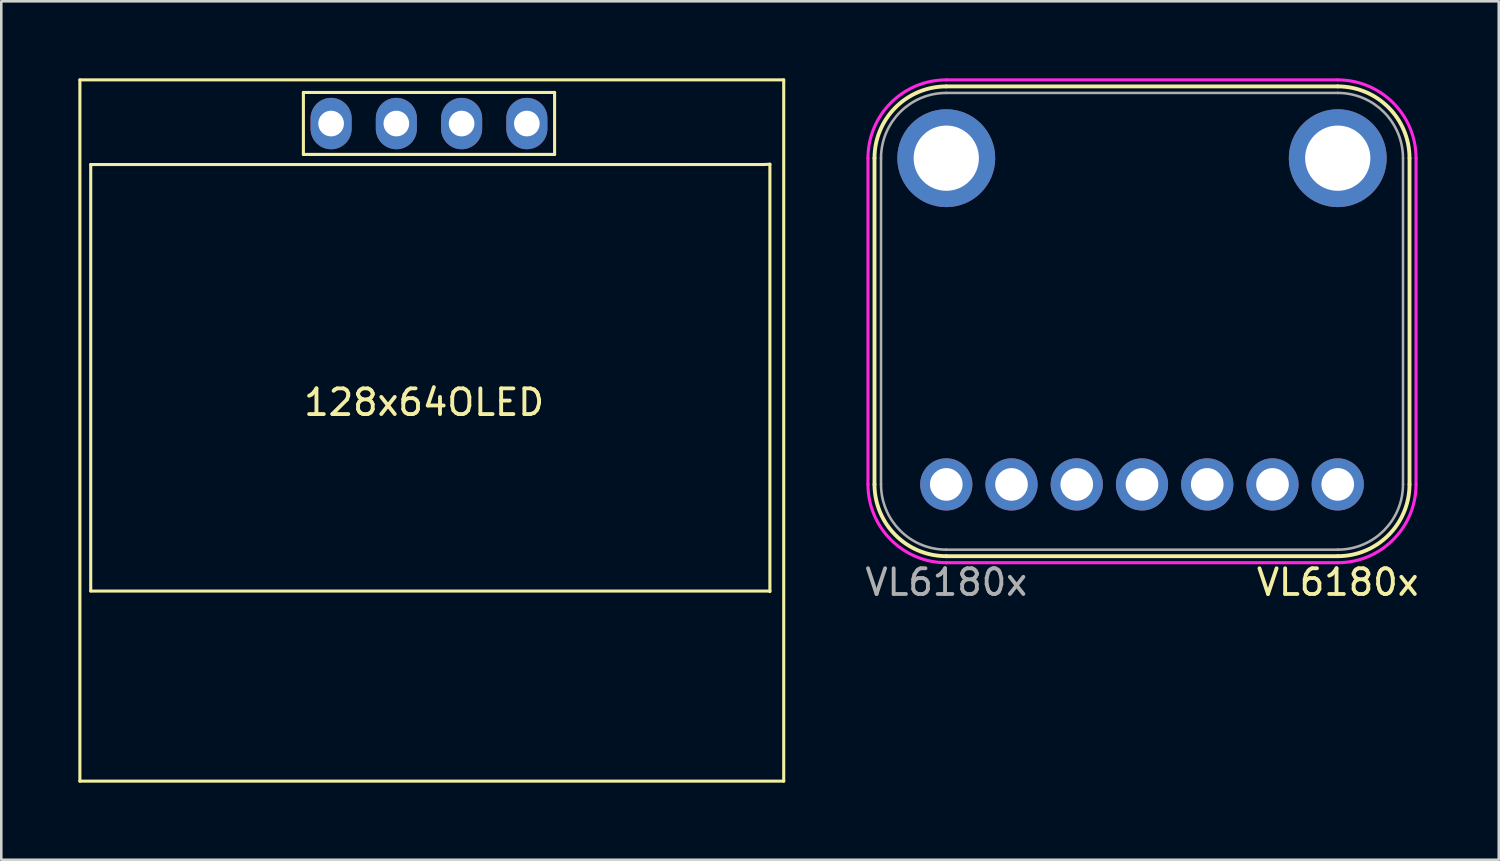
<source format=kicad_pcb>
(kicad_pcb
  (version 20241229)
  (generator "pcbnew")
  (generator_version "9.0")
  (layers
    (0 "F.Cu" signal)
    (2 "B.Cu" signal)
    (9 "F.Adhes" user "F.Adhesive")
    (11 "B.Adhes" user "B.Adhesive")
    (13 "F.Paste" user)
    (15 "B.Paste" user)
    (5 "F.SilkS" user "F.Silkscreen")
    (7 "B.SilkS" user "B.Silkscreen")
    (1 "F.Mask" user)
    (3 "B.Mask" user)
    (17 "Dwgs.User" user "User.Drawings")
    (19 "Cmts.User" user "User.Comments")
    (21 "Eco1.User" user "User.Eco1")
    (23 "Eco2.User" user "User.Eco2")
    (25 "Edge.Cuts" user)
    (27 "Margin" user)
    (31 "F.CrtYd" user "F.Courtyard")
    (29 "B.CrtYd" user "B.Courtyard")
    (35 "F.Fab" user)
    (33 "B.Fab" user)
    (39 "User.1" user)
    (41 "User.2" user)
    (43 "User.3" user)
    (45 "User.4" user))
  (footprint "128x64OLED"
    (layer "F.Cu")
    (at 13.66 12.414)
    (property "Reference" "128x64OLED" (at -0.2 0.2 0) (layer "F.SilkS") (effects (font (size 1 1) (thickness 0.15))))
    (fp_line (start -13.6 -12.354) (end 13.8 -12.354) (stroke (width 0.12) (type solid)) (layer "F.SilkS"))
    (fp_line (start -13.6 14.946) (end -13.6 -12.354) (stroke (width 0.12) (type solid)) (layer "F.SilkS"))
    (fp_line (start -13.178 -9.059) (end 9.922 -9.059) (stroke (width 0.12) (type solid)) (layer "F.SilkS"))
    (fp_line (start -13.178 7.541) (end -13.178 -9.059) (stroke (width 0.12) (type solid)) (layer "F.SilkS"))
    (fp_line (start -4.899 -11.865) (end -4.899 -9.452) (stroke (width 0.12) (type solid)) (layer "F.SilkS"))
    (fp_line (start -4.899 -11.865) (end 4.88 -11.865) (stroke (width 0.12) (type solid)) (layer "F.SilkS"))
    (fp_line (start 4.88 -11.865) (end 4.88 -9.452) (stroke (width 0.12) (type solid)) (layer "F.SilkS"))
    (fp_line (start 4.88 -9.452) (end -4.899 -9.452) (stroke (width 0.12) (type solid)) (layer "F.SilkS"))
    (fp_line (start 9.922 -9.059) (end 13.008 -9.059) (stroke (width 0.12) (type solid)) (layer "F.SilkS"))
    (fp_line (start 13.262 -9.071) (end 13.008 -9.059) (stroke (width 0.12) (type solid)) (layer "F.SilkS"))
    (fp_line (start 13.262 7.546) (end -13.178 7.546) (stroke (width 0.12) (type solid)) (layer "F.SilkS"))
    (fp_line (start 13.262 7.566) (end 13.262 -9.071) (stroke (width 0.12) (type solid)) (layer "F.SilkS"))
    (fp_line (start 13.8 -12.354) (end 13.8 14.946) (stroke (width 0.12) (type solid)) (layer "F.SilkS"))
    (fp_line (start 13.8 14.946) (end -13.6 14.946) (stroke (width 0.12) (type solid)) (layer "F.SilkS"))
    (pad "1" thru_hole oval (at -3.82 -10.654 90) (size 2 1.6) (drill 1) (layers "*.Cu" "*.Mask"))
    (pad "2" thru_hole oval (at -1.28 -10.654 90) (size 2 1.6) (drill 1) (layers "*.Cu" "*.Mask"))
    (pad "3" thru_hole oval (at 1.26 -10.654 90) (size 2 1.6) (drill 1) (layers "*.Cu" "*.Mask"))
    (pad "4" thru_hole oval (at 3.8 -10.654 90) (size 2 1.6) (drill 1) (layers "*.Cu" "*.Mask")))
  (footprint "VL6180x"
    (layer "F.Cu")
    (at 31.248 0.568)
    (property "Reference" "VL6180x" (at 17.78 19.05 0) (unlocked yes) (layer "F.SilkS") (effects (font (size 1 1) (thickness 0.15))))
    (fp_line (start -0.254 2.54) (end -0.254 15.24) (stroke (width 0.15) (type solid)) (layer "F.SilkS"))
    (fp_line (start 2.54 18.034) (end 17.78 18.034) (stroke (width 0.15) (type solid)) (layer "F.SilkS"))
    (fp_line (start 17.78 -0.254) (end 2.54 -0.254) (stroke (width 0.15) (type solid)) (layer "F.SilkS"))
    (fp_line (start 20.574 15.24) (end 20.574 2.54) (stroke (width 0.15) (type solid)) (layer "F.SilkS"))
    (fp_arc (start -0.254 2.54) (mid 0.564344 0.564344) (end 2.54 -0.254) (stroke (width 0.15) (type solid)) (layer "F.SilkS"))
    (fp_arc (start 2.54 18.034) (mid 0.564344 17.215656) (end -0.254 15.24) (stroke (width 0.15) (type solid)) (layer "F.SilkS"))
    (fp_arc (start 17.78 -0.254) (mid 19.755656 0.564344) (end 20.574 2.54) (stroke (width 0.15) (type solid)) (layer "F.SilkS"))
    (fp_arc (start 20.574 15.24) (mid 19.755656 17.215656) (end 17.78 18.034) (stroke (width 0.15) (type solid)) (layer "F.SilkS"))
    (fp_line (start -0.508 15.24) (end -0.508 2.54) (stroke (width 0.12) (type solid)) (layer "F.CrtYd"))
    (fp_line (start 2.54 -0.508) (end 17.78 -0.508) (stroke (width 0.12) (type solid)) (layer "F.CrtYd"))
    (fp_line (start 17.78 18.288) (end 2.54 18.288) (stroke (width 0.12) (type solid)) (layer "F.CrtYd"))
    (fp_line (start 20.828 2.54) (end 20.828 15.24) (stroke (width 0.12) (type solid)) (layer "F.CrtYd"))
    (fp_arc (start -0.508 2.54) (mid 0.384739 0.384739) (end 2.54 -0.508) (stroke (width 0.12) (type solid)) (layer "F.CrtYd"))
    (fp_arc (start 2.54 18.288) (mid 0.384739 17.395261) (end -0.508 15.24) (stroke (width 0.12) (type solid)) (layer "F.CrtYd"))
    (fp_arc (start 17.78 -0.508) (mid 19.935261 0.384739) (end 20.828 2.54) (stroke (width 0.12) (type solid)) (layer "F.CrtYd"))
    (fp_arc (start 20.828 15.24) (mid 19.935261 17.395261) (end 17.78 18.288) (stroke (width 0.12) (type solid)) (layer "F.CrtYd"))
    (fp_line (start 0 15.24) (end 0 2.54) (stroke (width 0.1) (type solid)) (layer "F.Fab"))
    (fp_line (start 2.54 0) (end 17.78 0) (stroke (width 0.1) (type solid)) (layer "F.Fab"))
    (fp_line (start 17.78 17.78) (end 2.54 17.78) (stroke (width 0.1) (type solid)) (layer "F.Fab"))
    (fp_line (start 20.32 2.54) (end 20.32 15.24) (stroke (width 0.1) (type solid)) (layer "F.Fab"))
    (fp_arc (start 0 2.54) (mid 0.743949 0.743949) (end 2.54 0) (stroke (width 0.1) (type solid)) (layer "F.Fab"))
    (fp_arc (start 2.54 17.78) (mid 0.743949 17.036051) (end 0 15.24) (stroke (width 0.1) (type solid)) (layer "F.Fab"))
    (fp_arc (start 17.78 0) (mid 19.576051 0.743949) (end 20.32 2.54) (stroke (width 0.1) (type solid)) (layer "F.Fab"))
    (fp_arc (start 20.32 15.24) (mid 19.576051 17.036051) (end 17.78 17.78) (stroke (width 0.1) (type solid)) (layer "F.Fab"))
    (fp_text user "${REFERENCE}" (at 2.54 19.05 0) (unlocked yes) (layer "F.Fab") (effects (font (size 1 1) (thickness 0.15))))
    (pad "" thru_hole circle (at 2.54 2.54) (size 3.81 3.81) (drill 2.54) (layers "*.Cu" "*.Mask"))
    (pad "" thru_hole circle (at 17.78 2.54) (size 3.81 3.81) (drill 2.54) (layers "*.Cu" "*.Mask"))
    (pad "1" thru_hole circle (at 2.54 15.24) (size 2.032 2.032) (drill 1.27) (layers "*.Cu" "*.Mask"))
    (pad "2" thru_hole circle (at 5.08 15.24) (size 2.032 2.032) (drill 1.27) (layers "*.Cu" "*.Mask"))
    (pad "3" thru_hole circle (at 7.62 15.24) (size 2.032 2.032) (drill 1.27) (layers "*.Cu" "*.Mask"))
    (pad "4" thru_hole circle (at 10.16 15.24) (size 2.032 2.032) (drill 1.27) (layers "*.Cu" "*.Mask"))
    (pad "5" thru_hole circle (at 12.7 15.24) (size 2.032 2.032) (drill 1.27) (layers "*.Cu" "*.Mask"))
    (pad "6" thru_hole circle (at 15.24 15.24) (size 2.032 2.032) (drill 1.27) (layers "*.Cu" "*.Mask"))
    (pad "7" thru_hole circle (at 17.78 15.24) (size 2.032 2.032) (drill 1.27) (layers "*.Cu" "*.Mask")))
  (gr_rect
    (start -3 -3)
    (end 55.296 30.42)
    (stroke (width 0.1) (type default))
    (fill no)
    (layer "Edge.Cuts")))
</source>
